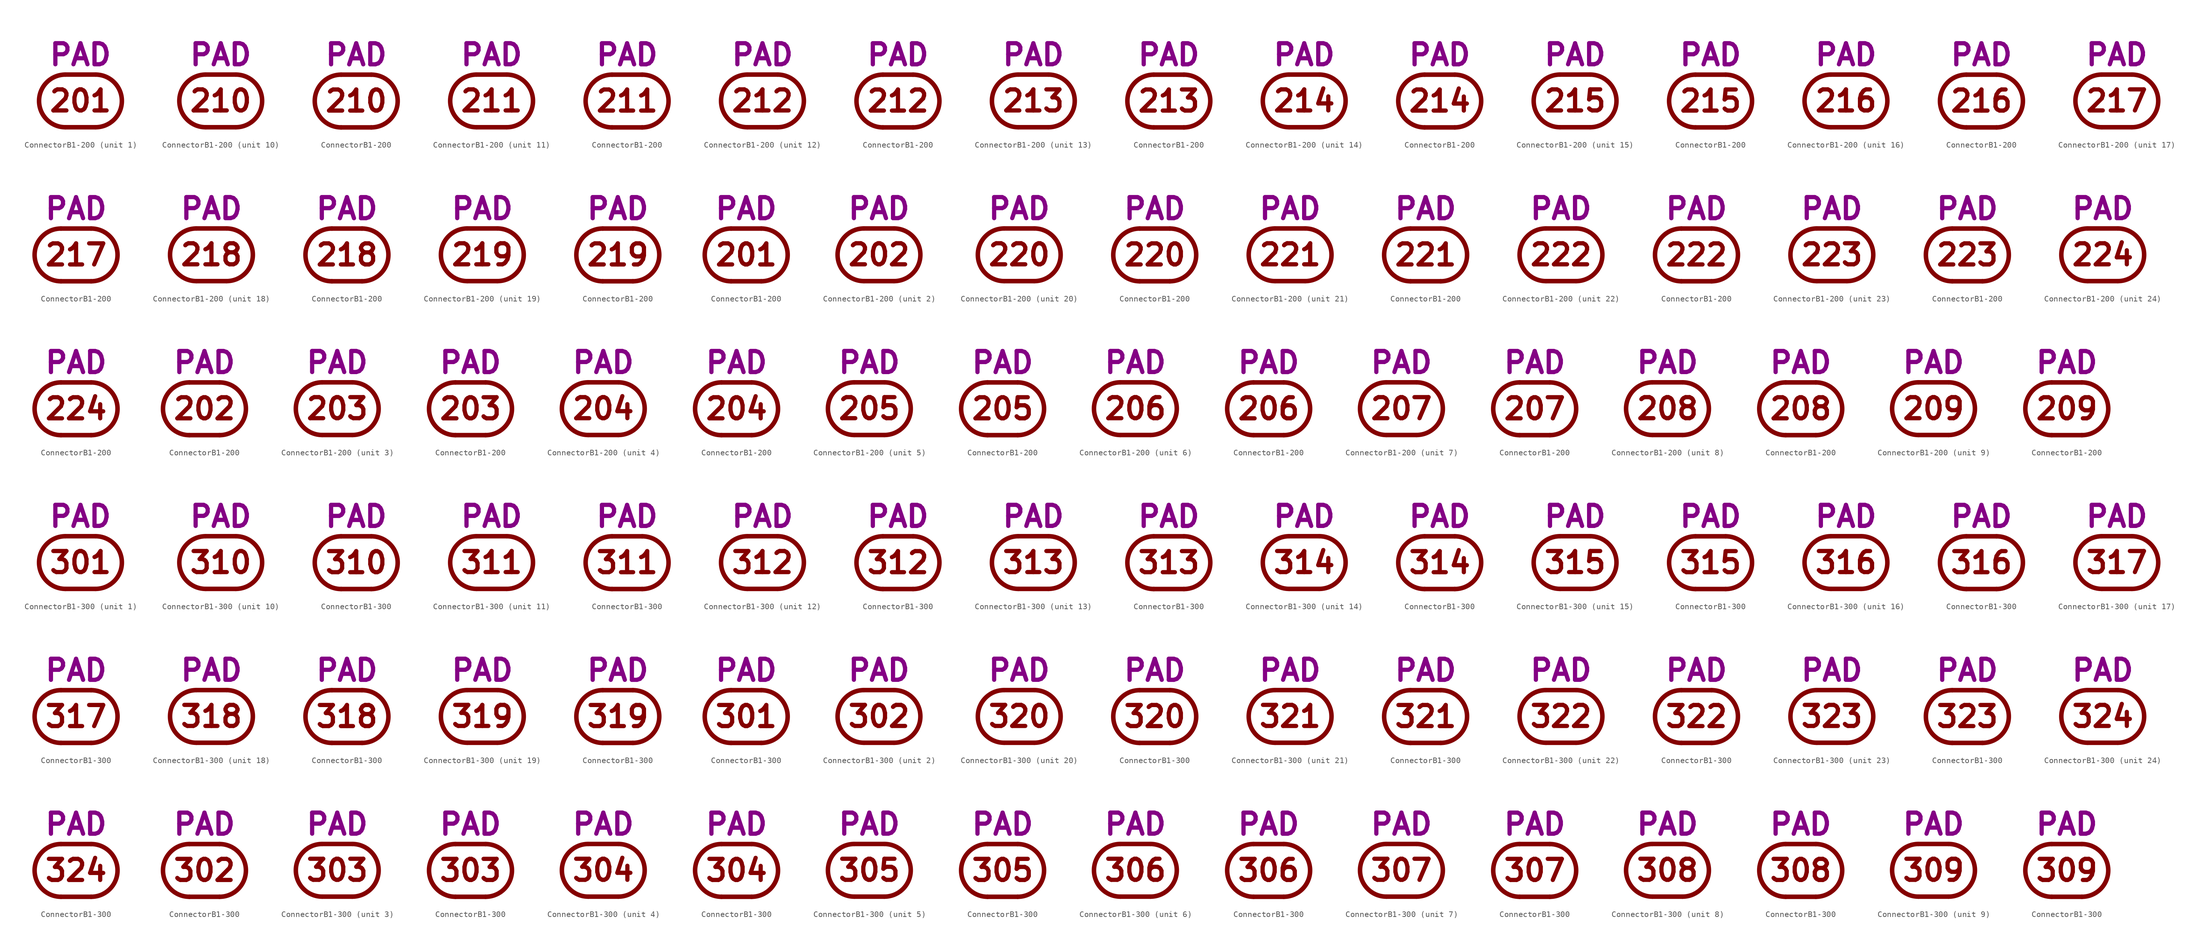
<source format=kicad_sym>
(kicad_symbol_lib
  (version 20211014)
  (generator kicad_symbol_editor)
  (symbol "ConnectorB1-200"
    (pin_numbers hide)
    (pin_names
      (offset 0) hide)
    (property "Reference" "J"
      (at 0 8.255 0)
      (effects (font (size 3.556 3.556)) hide))
    (property "Caption" "PAD"
      (at 0 5.715 0)
      (effects (font (size 3.556 3.556) bold) (justify bottom)))
    (property "ki_locked" ""
      (at 0 0 0)
      (effects (font (size 1.27 1.27))))
    (symbol "ConnectorB1-200_0_0"
      (arc (start -2.54 4.445) (mid -6.985 0) (end -2.54 -4.445) (stroke (width 0.762) (type default) (color 0 0 0 0)) (fill (type none)))
      (polyline (pts (xy -2.54 -4.445) (xy 2.54 -4.445)) (stroke (width 0.762) (type default) (color 0 0 0 0)) (fill (type none)))
      (polyline (pts (xy -2.54 4.445) (xy 2.54 4.445)) (stroke (width 0.762) (type default) (color 0 0 0 0)) (fill (type none)))
      (arc (start 2.54 -4.445) (mid 6.985 0) (end 2.54 4.445) (stroke (width 0.762) (type default) (color 0 0 0 0)) (fill (type none))))
    (symbol "ConnectorB1-200_1_0"
      (text "201" (at 0 0 0) (effects (font (size 3.556 3.556) bold))))
    (symbol "ConnectorB1-200_1_1"
      (pin passive line (at 6.985 0 180) (length 0) (name "201" (effects (font (size 3.556 3.556)))) (number "201" (effects (font (size 3.556 3.556))))))
    (symbol "ConnectorB1-200_1_2"
      (pin passive line (at 0 4.445 270) (length 0) (name "201" (effects (font (size 3.556 3.556)))) (number "201" (effects (font (size 3.556 3.556))))))
    (symbol "ConnectorB1-200_2_0"
      (text "202" (at 0 0 0) (effects (font (size 3.556 3.556) bold))))
    (symbol "ConnectorB1-200_2_1"
      (pin passive line (at 6.985 0 180) (length 0) (name "202" (effects (font (size 3.556 3.556)))) (number "202" (effects (font (size 3.556 3.556))))))
    (symbol "ConnectorB1-200_2_2"
      (pin passive line (at 0 4.445 270) (length 0) (name "202" (effects (font (size 3.556 3.556)))) (number "202" (effects (font (size 3.556 3.556))))))
    (symbol "ConnectorB1-200_3_0"
      (text "203" (at 0 0 0) (effects (font (size 3.556 3.556) bold))))
    (symbol "ConnectorB1-200_3_1"
      (pin passive line (at 6.985 0 180) (length 0) (name "203" (effects (font (size 3.556 3.556)))) (number "203" (effects (font (size 3.556 3.556))))))
    (symbol "ConnectorB1-200_3_2"
      (pin passive line (at 0 4.445 270) (length 0) (name "203" (effects (font (size 3.556 3.556)))) (number "203" (effects (font (size 3.556 3.556))))))
    (symbol "ConnectorB1-200_4_0"
      (text "204" (at 0 0 0) (effects (font (size 3.556 3.556) bold))))
    (symbol "ConnectorB1-200_4_1"
      (pin passive line (at 6.985 0 180) (length 0) (name "204" (effects (font (size 3.556 3.556)))) (number "204" (effects (font (size 3.556 3.556))))))
    (symbol "ConnectorB1-200_4_2"
      (pin passive line (at 0 4.445 270) (length 0) (name "204" (effects (font (size 3.556 3.556)))) (number "204" (effects (font (size 3.556 3.556))))))
    (symbol "ConnectorB1-200_5_0"
      (text "205" (at 0 0 0) (effects (font (size 3.556 3.556) bold))))
    (symbol "ConnectorB1-200_5_1"
      (pin passive line (at 6.985 0 180) (length 0) (name "205" (effects (font (size 3.556 3.556)))) (number "205" (effects (font (size 3.556 3.556))))))
    (symbol "ConnectorB1-200_5_2"
      (pin passive line (at 0 4.445 270) (length 0) (name "205" (effects (font (size 3.556 3.556)))) (number "205" (effects (font (size 3.556 3.556))))))
    (symbol "ConnectorB1-200_6_0"
      (text "206" (at 0 0 0) (effects (font (size 3.556 3.556) bold))))
    (symbol "ConnectorB1-200_6_1"
      (pin passive line (at 6.985 0 180) (length 0) (name "206" (effects (font (size 3.556 3.556)))) (number "206" (effects (font (size 3.556 3.556))))))
    (symbol "ConnectorB1-200_6_2"
      (pin passive line (at 0 4.445 270) (length 0) (name "206" (effects (font (size 3.556 3.556)))) (number "206" (effects (font (size 3.556 3.556))))))
    (symbol "ConnectorB1-200_7_0"
      (text "207" (at 0 0 0) (effects (font (size 3.556 3.556) bold))))
    (symbol "ConnectorB1-200_7_1"
      (pin passive line (at 6.985 0 180) (length 0) (name "207" (effects (font (size 3.556 3.556)))) (number "207" (effects (font (size 3.556 3.556))))))
    (symbol "ConnectorB1-200_7_2"
      (pin passive line (at 0 4.445 270) (length 0) (name "207" (effects (font (size 3.556 3.556)))) (number "207" (effects (font (size 3.556 3.556))))))
    (symbol "ConnectorB1-200_8_0"
      (text "208" (at 0 0 0) (effects (font (size 3.556 3.556) bold))))
    (symbol "ConnectorB1-200_8_1"
      (pin passive line (at 6.985 0 180) (length 0) (name "208" (effects (font (size 3.556 3.556)))) (number "208" (effects (font (size 3.556 3.556))))))
    (symbol "ConnectorB1-200_8_2"
      (pin passive line (at 0 4.445 270) (length 0) (name "208" (effects (font (size 3.556 3.556)))) (number "208" (effects (font (size 3.556 3.556))))))
    (symbol "ConnectorB1-200_9_0"
      (text "209" (at 0 0 0) (effects (font (size 3.556 3.556) bold))))
    (symbol "ConnectorB1-200_9_1"
      (pin passive line (at 6.985 0 180) (length 0) (name "209" (effects (font (size 3.556 3.556)))) (number "209" (effects (font (size 3.556 3.556))))))
    (symbol "ConnectorB1-200_9_2"
      (pin passive line (at 0 4.445 270) (length 0) (name "209" (effects (font (size 3.556 3.556)))) (number "209" (effects (font (size 3.556 3.556))))))
    (symbol "ConnectorB1-200_10_0"
      (text "210" (at 0 0 0) (effects (font (size 3.556 3.556) bold))))
    (symbol "ConnectorB1-200_10_1"
      (pin passive line (at 6.985 0 180) (length 0) (name "210" (effects (font (size 3.556 3.556)))) (number "210" (effects (font (size 3.556 3.556))))))
    (symbol "ConnectorB1-200_10_2"
      (pin passive line (at 0 4.445 270) (length 0) (name "210" (effects (font (size 3.556 3.556)))) (number "210" (effects (font (size 3.556 3.556))))))
    (symbol "ConnectorB1-200_11_0"
      (text "211" (at 0 0 0) (effects (font (size 3.556 3.556) bold))))
    (symbol "ConnectorB1-200_11_1"
      (pin passive line (at 6.985 0 180) (length 0) (name "211" (effects (font (size 3.556 3.556)))) (number "211" (effects (font (size 3.556 3.556))))))
    (symbol "ConnectorB1-200_11_2"
      (pin passive line (at 0 4.445 270) (length 0) (name "211" (effects (font (size 3.556 3.556)))) (number "211" (effects (font (size 3.556 3.556))))))
    (symbol "ConnectorB1-200_12_0"
      (text "212" (at 0 0 0) (effects (font (size 3.556 3.556) bold))))
    (symbol "ConnectorB1-200_12_1"
      (pin passive line (at 6.985 0 180) (length 0) (name "212" (effects (font (size 3.556 3.556)))) (number "212" (effects (font (size 3.556 3.556))))))
    (symbol "ConnectorB1-200_12_2"
      (pin passive line (at 0 4.445 270) (length 0) (name "212" (effects (font (size 3.556 3.556)))) (number "212" (effects (font (size 3.556 3.556))))))
    (symbol "ConnectorB1-200_13_0"
      (text "213" (at 0 0 0) (effects (font (size 3.556 3.556) bold))))
    (symbol "ConnectorB1-200_13_1"
      (pin passive line (at 6.985 0 180) (length 0) (name "213" (effects (font (size 3.556 3.556)))) (number "213" (effects (font (size 3.556 3.556))))))
    (symbol "ConnectorB1-200_13_2"
      (pin passive line (at 0 4.445 270) (length 0) (name "213" (effects (font (size 3.556 3.556)))) (number "213" (effects (font (size 3.556 3.556))))))
    (symbol "ConnectorB1-200_14_0"
      (text "214" (at 0 0 0) (effects (font (size 3.556 3.556) bold))))
    (symbol "ConnectorB1-200_14_1"
      (pin passive line (at 6.985 0 180) (length 0) (name "214" (effects (font (size 3.556 3.556)))) (number "214" (effects (font (size 3.556 3.556))))))
    (symbol "ConnectorB1-200_14_2"
      (pin passive line (at 0 4.445 270) (length 0) (name "214" (effects (font (size 3.556 3.556)))) (number "214" (effects (font (size 3.556 3.556))))))
    (symbol "ConnectorB1-200_15_0"
      (text "215" (at 0 0 0) (effects (font (size 3.556 3.556) bold))))
    (symbol "ConnectorB1-200_15_1"
      (pin passive line (at 6.985 0 180) (length 0) (name "215" (effects (font (size 3.556 3.556)))) (number "215" (effects (font (size 3.556 3.556))))))
    (symbol "ConnectorB1-200_15_2"
      (pin passive line (at 0 4.445 270) (length 0) (name "215" (effects (font (size 3.556 3.556)))) (number "215" (effects (font (size 3.556 3.556))))))
    (symbol "ConnectorB1-200_16_0"
      (text "216" (at 0 0 0) (effects (font (size 3.556 3.556) bold))))
    (symbol "ConnectorB1-200_16_1"
      (pin passive line (at 6.985 0 180) (length 0) (name "216" (effects (font (size 3.556 3.556)))) (number "216" (effects (font (size 3.556 3.556))))))
    (symbol "ConnectorB1-200_16_2"
      (pin passive line (at 0 4.445 270) (length 0) (name "216" (effects (font (size 3.556 3.556)))) (number "216" (effects (font (size 3.556 3.556))))))
    (symbol "ConnectorB1-200_17_0"
      (text "217" (at 0 0 0) (effects (font (size 3.556 3.556) bold))))
    (symbol "ConnectorB1-200_17_1"
      (pin passive line (at 6.985 0 180) (length 0) (name "217" (effects (font (size 3.556 3.556)))) (number "217" (effects (font (size 3.556 3.556))))))
    (symbol "ConnectorB1-200_17_2"
      (pin passive line (at 0 4.445 270) (length 0) (name "217" (effects (font (size 3.556 3.556)))) (number "217" (effects (font (size 3.556 3.556))))))
    (symbol "ConnectorB1-200_18_0"
      (text "218" (at 0 0 0) (effects (font (size 3.556 3.556) bold))))
    (symbol "ConnectorB1-200_18_1"
      (pin passive line (at 6.985 0 180) (length 0) (name "218" (effects (font (size 3.556 3.556)))) (number "218" (effects (font (size 3.556 3.556))))))
    (symbol "ConnectorB1-200_18_2"
      (pin passive line (at 0 4.445 270) (length 0) (name "218" (effects (font (size 3.556 3.556)))) (number "218" (effects (font (size 3.556 3.556))))))
    (symbol "ConnectorB1-200_19_0"
      (text "219" (at 0 0 0) (effects (font (size 3.556 3.556) bold))))
    (symbol "ConnectorB1-200_19_1"
      (pin passive line (at 6.985 0 180) (length 0) (name "219" (effects (font (size 3.556 3.556)))) (number "219" (effects (font (size 3.556 3.556))))))
    (symbol "ConnectorB1-200_19_2"
      (pin passive line (at 0 4.445 270) (length 0) (name "219" (effects (font (size 3.556 3.556)))) (number "219" (effects (font (size 3.556 3.556))))))
    (symbol "ConnectorB1-200_20_0"
      (text "220" (at 0 0 0) (effects (font (size 3.556 3.556) bold))))
    (symbol "ConnectorB1-200_20_1"
      (pin passive line (at 6.985 0 180) (length 0) (name "220" (effects (font (size 3.556 3.556)))) (number "220" (effects (font (size 3.556 3.556))))))
    (symbol "ConnectorB1-200_20_2"
      (pin passive line (at 0 4.445 270) (length 0) (name "220" (effects (font (size 3.556 3.556)))) (number "220" (effects (font (size 3.556 3.556))))))
    (symbol "ConnectorB1-200_21_0"
      (text "221" (at 0 0 0) (effects (font (size 3.556 3.556) bold))))
    (symbol "ConnectorB1-200_21_1"
      (pin passive line (at 6.985 0 180) (length 0) (name "221" (effects (font (size 3.556 3.556)))) (number "221" (effects (font (size 3.556 3.556))))))
    (symbol "ConnectorB1-200_21_2"
      (pin passive line (at 0 4.445 270) (length 0) (name "221" (effects (font (size 3.556 3.556)))) (number "221" (effects (font (size 3.556 3.556))))))
    (symbol "ConnectorB1-200_22_0"
      (text "222" (at 0 0 0) (effects (font (size 3.556 3.556) bold))))
    (symbol "ConnectorB1-200_22_1"
      (pin passive line (at 6.985 0 180) (length 0) (name "222" (effects (font (size 3.556 3.556)))) (number "222" (effects (font (size 3.556 3.556))))))
    (symbol "ConnectorB1-200_22_2"
      (pin passive line (at 0 4.445 270) (length 0) (name "222" (effects (font (size 3.556 3.556)))) (number "222" (effects (font (size 3.556 3.556))))))
    (symbol "ConnectorB1-200_23_0"
      (text "223" (at 0 0 0) (effects (font (size 3.556 3.556) bold))))
    (symbol "ConnectorB1-200_23_1"
      (pin passive line (at 6.985 0 180) (length 0) (name "223" (effects (font (size 3.556 3.556)))) (number "223" (effects (font (size 3.556 3.556))))))
    (symbol "ConnectorB1-200_23_2"
      (pin passive line (at 0 4.445 270) (length 0) (name "223" (effects (font (size 3.556 3.556)))) (number "223" (effects (font (size 3.556 3.556))))))
    (symbol "ConnectorB1-200_24_0"
      (text "224" (at 0 0 0) (effects (font (size 3.556 3.556) bold))))
    (symbol "ConnectorB1-200_24_1"
      (pin passive line (at 6.985 0 180) (length 0) (name "224" (effects (font (size 3.556 3.556)))) (number "224" (effects (font (size 3.556 3.556))))))
    (symbol "ConnectorB1-200_24_2"
      (pin passive line (at 0 4.445 270) (length 0) (name "224" (effects (font (size 3.556 3.556)))) (number "224" (effects (font (size 3.556 3.556)))))))
  (symbol "ConnectorB1-300"
    (pin_numbers hide)
    (pin_names
      (offset 0) hide)
    (property "Reference" "J"
      (at 0 8.255 0)
      (effects (font (size 3.556 3.556)) hide))
    (property "Caption" "PAD"
      (at 0 5.715 0)
      (effects (font (size 3.556 3.556) bold) (justify bottom)))
    (property "ki_locked" ""
      (at 0 0 0)
      (effects (font (size 1.27 1.27))))
    (symbol "ConnectorB1-300_0_0"
      (arc (start -2.54 4.445) (mid -6.985 0) (end -2.54 -4.445) (stroke (width 0.762) (type default) (color 0 0 0 0)) (fill (type none)))
      (polyline (pts (xy -2.54 -4.445) (xy 2.54 -4.445)) (stroke (width 0.762) (type default) (color 0 0 0 0)) (fill (type none)))
      (polyline (pts (xy -2.54 4.445) (xy 2.54 4.445)) (stroke (width 0.762) (type default) (color 0 0 0 0)) (fill (type none)))
      (arc (start 2.54 -4.445) (mid 6.985 0) (end 2.54 4.445) (stroke (width 0.762) (type default) (color 0 0 0 0)) (fill (type none))))
    (symbol "ConnectorB1-300_1_0"
      (text "301" (at 0 0 0) (effects (font (size 3.556 3.556) bold))))
    (symbol "ConnectorB1-300_1_1"
      (pin passive line (at 6.985 0 180) (length 0) (name "301" (effects (font (size 3.556 3.556)))) (number "301" (effects (font (size 3.556 3.556))))))
    (symbol "ConnectorB1-300_1_2"
      (pin passive line (at 0 4.445 270) (length 0) (name "301" (effects (font (size 3.556 3.556)))) (number "301" (effects (font (size 3.556 3.556))))))
    (symbol "ConnectorB1-300_2_0"
      (text "302" (at 0 0 0) (effects (font (size 3.556 3.556) bold))))
    (symbol "ConnectorB1-300_2_1"
      (pin passive line (at 6.985 0 180) (length 0) (name "302" (effects (font (size 3.556 3.556)))) (number "302" (effects (font (size 3.556 3.556))))))
    (symbol "ConnectorB1-300_2_2"
      (pin passive line (at 0 4.445 270) (length 0) (name "302" (effects (font (size 3.556 3.556)))) (number "302" (effects (font (size 3.556 3.556))))))
    (symbol "ConnectorB1-300_3_0"
      (text "303" (at 0 0 0) (effects (font (size 3.556 3.556) bold))))
    (symbol "ConnectorB1-300_3_1"
      (pin passive line (at 6.985 0 180) (length 0) (name "303" (effects (font (size 3.556 3.556)))) (number "303" (effects (font (size 3.556 3.556))))))
    (symbol "ConnectorB1-300_3_2"
      (pin passive line (at 0 4.445 270) (length 0) (name "303" (effects (font (size 3.556 3.556)))) (number "303" (effects (font (size 3.556 3.556))))))
    (symbol "ConnectorB1-300_4_0"
      (text "304" (at 0 0 0) (effects (font (size 3.556 3.556) bold))))
    (symbol "ConnectorB1-300_4_1"
      (pin passive line (at 6.985 0 180) (length 0) (name "304" (effects (font (size 3.556 3.556)))) (number "304" (effects (font (size 3.556 3.556))))))
    (symbol "ConnectorB1-300_4_2"
      (pin passive line (at 0 4.445 270) (length 0) (name "304" (effects (font (size 3.556 3.556)))) (number "304" (effects (font (size 3.556 3.556))))))
    (symbol "ConnectorB1-300_5_0"
      (text "305" (at 0 0 0) (effects (font (size 3.556 3.556) bold))))
    (symbol "ConnectorB1-300_5_1"
      (pin passive line (at 6.985 0 180) (length 0) (name "305" (effects (font (size 3.556 3.556)))) (number "305" (effects (font (size 3.556 3.556))))))
    (symbol "ConnectorB1-300_5_2"
      (pin passive line (at 0 4.445 270) (length 0) (name "305" (effects (font (size 3.556 3.556)))) (number "305" (effects (font (size 3.556 3.556))))))
    (symbol "ConnectorB1-300_6_0"
      (text "306" (at 0 0 0) (effects (font (size 3.556 3.556) bold))))
    (symbol "ConnectorB1-300_6_1"
      (pin passive line (at 6.985 0 180) (length 0) (name "306" (effects (font (size 3.556 3.556)))) (number "306" (effects (font (size 3.556 3.556))))))
    (symbol "ConnectorB1-300_6_2"
      (pin passive line (at 0 4.445 270) (length 0) (name "306" (effects (font (size 3.556 3.556)))) (number "306" (effects (font (size 3.556 3.556))))))
    (symbol "ConnectorB1-300_7_0"
      (text "307" (at 0 0 0) (effects (font (size 3.556 3.556) bold))))
    (symbol "ConnectorB1-300_7_1"
      (pin passive line (at 6.985 0 180) (length 0) (name "307" (effects (font (size 3.556 3.556)))) (number "307" (effects (font (size 3.556 3.556))))))
    (symbol "ConnectorB1-300_7_2"
      (pin passive line (at 0 4.445 270) (length 0) (name "307" (effects (font (size 3.556 3.556)))) (number "307" (effects (font (size 3.556 3.556))))))
    (symbol "ConnectorB1-300_8_0"
      (text "308" (at 0 0 0) (effects (font (size 3.556 3.556) bold))))
    (symbol "ConnectorB1-300_8_1"
      (pin passive line (at 6.985 0 180) (length 0) (name "308" (effects (font (size 3.556 3.556)))) (number "308" (effects (font (size 3.556 3.556))))))
    (symbol "ConnectorB1-300_8_2"
      (pin passive line (at 0 4.445 270) (length 0) (name "308" (effects (font (size 3.556 3.556)))) (number "308" (effects (font (size 3.556 3.556))))))
    (symbol "ConnectorB1-300_9_0"
      (text "309" (at 0 0 0) (effects (font (size 3.556 3.556) bold))))
    (symbol "ConnectorB1-300_9_1"
      (pin passive line (at 6.985 0 180) (length 0) (name "309" (effects (font (size 3.556 3.556)))) (number "309" (effects (font (size 3.556 3.556))))))
    (symbol "ConnectorB1-300_9_2"
      (pin passive line (at 0 4.445 270) (length 0) (name "309" (effects (font (size 3.556 3.556)))) (number "309" (effects (font (size 3.556 3.556))))))
    (symbol "ConnectorB1-300_10_0"
      (text "310" (at 0 0 0) (effects (font (size 3.556 3.556) bold))))
    (symbol "ConnectorB1-300_10_1"
      (pin passive line (at 6.985 0 180) (length 0) (name "310" (effects (font (size 3.556 3.556)))) (number "310" (effects (font (size 3.556 3.556))))))
    (symbol "ConnectorB1-300_10_2"
      (pin passive line (at 0 4.445 270) (length 0) (name "310" (effects (font (size 3.556 3.556)))) (number "310" (effects (font (size 3.556 3.556))))))
    (symbol "ConnectorB1-300_11_0"
      (text "311" (at 0 0 0) (effects (font (size 3.556 3.556) bold))))
    (symbol "ConnectorB1-300_11_1"
      (pin passive line (at 6.985 0 180) (length 0) (name "311" (effects (font (size 3.556 3.556)))) (number "311" (effects (font (size 3.556 3.556))))))
    (symbol "ConnectorB1-300_11_2"
      (pin passive line (at 0 4.445 270) (length 0) (name "311" (effects (font (size 3.556 3.556)))) (number "311" (effects (font (size 3.556 3.556))))))
    (symbol "ConnectorB1-300_12_0"
      (text "312" (at 0 0 0) (effects (font (size 3.556 3.556) bold))))
    (symbol "ConnectorB1-300_12_1"
      (pin passive line (at 6.985 0 180) (length 0) (name "312" (effects (font (size 3.556 3.556)))) (number "312" (effects (font (size 3.556 3.556))))))
    (symbol "ConnectorB1-300_12_2"
      (pin passive line (at 0 4.445 270) (length 0) (name "312" (effects (font (size 3.556 3.556)))) (number "312" (effects (font (size 3.556 3.556))))))
    (symbol "ConnectorB1-300_13_0"
      (text "313" (at 0 0 0) (effects (font (size 3.556 3.556) bold))))
    (symbol "ConnectorB1-300_13_1"
      (pin passive line (at 6.985 0 180) (length 0) (name "313" (effects (font (size 3.556 3.556)))) (number "313" (effects (font (size 3.556 3.556))))))
    (symbol "ConnectorB1-300_13_2"
      (pin passive line (at 0 4.445 270) (length 0) (name "313" (effects (font (size 3.556 3.556)))) (number "313" (effects (font (size 3.556 3.556))))))
    (symbol "ConnectorB1-300_14_0"
      (text "314" (at 0 0 0) (effects (font (size 3.556 3.556) bold))))
    (symbol "ConnectorB1-300_14_1"
      (pin passive line (at 6.985 0 180) (length 0) (name "314" (effects (font (size 3.556 3.556)))) (number "314" (effects (font (size 3.556 3.556))))))
    (symbol "ConnectorB1-300_14_2"
      (pin passive line (at 0 4.445 270) (length 0) (name "314" (effects (font (size 3.556 3.556)))) (number "314" (effects (font (size 3.556 3.556))))))
    (symbol "ConnectorB1-300_15_0"
      (text "315" (at 0 0 0) (effects (font (size 3.556 3.556) bold))))
    (symbol "ConnectorB1-300_15_1"
      (pin passive line (at 6.985 0 180) (length 0) (name "315" (effects (font (size 3.556 3.556)))) (number "315" (effects (font (size 3.556 3.556))))))
    (symbol "ConnectorB1-300_15_2"
      (pin passive line (at 0 4.445 270) (length 0) (name "315" (effects (font (size 3.556 3.556)))) (number "315" (effects (font (size 3.556 3.556))))))
    (symbol "ConnectorB1-300_16_0"
      (text "316" (at 0 0 0) (effects (font (size 3.556 3.556) bold))))
    (symbol "ConnectorB1-300_16_1"
      (pin passive line (at 6.985 0 180) (length 0) (name "316" (effects (font (size 3.556 3.556)))) (number "316" (effects (font (size 3.556 3.556))))))
    (symbol "ConnectorB1-300_16_2"
      (pin passive line (at 0 4.445 270) (length 0) (name "316" (effects (font (size 3.556 3.556)))) (number "316" (effects (font (size 3.556 3.556))))))
    (symbol "ConnectorB1-300_17_0"
      (text "317" (at 0 0 0) (effects (font (size 3.556 3.556) bold))))
    (symbol "ConnectorB1-300_17_1"
      (pin passive line (at 6.985 0 180) (length 0) (name "317" (effects (font (size 3.556 3.556)))) (number "317" (effects (font (size 3.556 3.556))))))
    (symbol "ConnectorB1-300_17_2"
      (pin passive line (at 0 4.445 270) (length 0) (name "317" (effects (font (size 3.556 3.556)))) (number "317" (effects (font (size 3.556 3.556))))))
    (symbol "ConnectorB1-300_18_0"
      (text "318" (at 0 0 0) (effects (font (size 3.556 3.556) bold))))
    (symbol "ConnectorB1-300_18_1"
      (pin passive line (at 6.985 0 180) (length 0) (name "318" (effects (font (size 3.556 3.556)))) (number "318" (effects (font (size 3.556 3.556))))))
    (symbol "ConnectorB1-300_18_2"
      (pin passive line (at 0 4.445 270) (length 0) (name "318" (effects (font (size 3.556 3.556)))) (number "318" (effects (font (size 3.556 3.556))))))
    (symbol "ConnectorB1-300_19_0"
      (text "319" (at 0 0 0) (effects (font (size 3.556 3.556) bold))))
    (symbol "ConnectorB1-300_19_1"
      (pin passive line (at 6.985 0 180) (length 0) (name "319" (effects (font (size 3.556 3.556)))) (number "319" (effects (font (size 3.556 3.556))))))
    (symbol "ConnectorB1-300_19_2"
      (pin passive line (at 0 4.445 270) (length 0) (name "319" (effects (font (size 3.556 3.556)))) (number "319" (effects (font (size 3.556 3.556))))))
    (symbol "ConnectorB1-300_20_0"
      (text "320" (at 0 0 0) (effects (font (size 3.556 3.556) bold))))
    (symbol "ConnectorB1-300_20_1"
      (pin passive line (at 6.985 0 180) (length 0) (name "320" (effects (font (size 3.556 3.556)))) (number "320" (effects (font (size 3.556 3.556))))))
    (symbol "ConnectorB1-300_20_2"
      (pin passive line (at 0 4.445 270) (length 0) (name "320" (effects (font (size 3.556 3.556)))) (number "320" (effects (font (size 3.556 3.556))))))
    (symbol "ConnectorB1-300_21_0"
      (text "321" (at 0 0 0) (effects (font (size 3.556 3.556) bold))))
    (symbol "ConnectorB1-300_21_1"
      (pin passive line (at 6.985 0 180) (length 0) (name "321" (effects (font (size 3.556 3.556)))) (number "321" (effects (font (size 3.556 3.556))))))
    (symbol "ConnectorB1-300_21_2"
      (pin passive line (at 0 4.445 270) (length 0) (name "321" (effects (font (size 3.556 3.556)))) (number "321" (effects (font (size 3.556 3.556))))))
    (symbol "ConnectorB1-300_22_0"
      (text "322" (at 0 0 0) (effects (font (size 3.556 3.556) bold))))
    (symbol "ConnectorB1-300_22_1"
      (pin passive line (at 6.985 0 180) (length 0) (name "322" (effects (font (size 3.556 3.556)))) (number "322" (effects (font (size 3.556 3.556))))))
    (symbol "ConnectorB1-300_22_2"
      (pin passive line (at 0 4.445 270) (length 0) (name "322" (effects (font (size 3.556 3.556)))) (number "322" (effects (font (size 3.556 3.556))))))
    (symbol "ConnectorB1-300_23_0"
      (text "323" (at 0 0 0) (effects (font (size 3.556 3.556) bold))))
    (symbol "ConnectorB1-300_23_1"
      (pin passive line (at 6.985 0 180) (length 0) (name "323" (effects (font (size 3.556 3.556)))) (number "323" (effects (font (size 3.556 3.556))))))
    (symbol "ConnectorB1-300_23_2"
      (pin passive line (at 0 4.445 270) (length 0) (name "323" (effects (font (size 3.556 3.556)))) (number "323" (effects (font (size 3.556 3.556))))))
    (symbol "ConnectorB1-300_24_0"
      (text "324" (at 0 0 0) (effects (font (size 3.556 3.556) bold))))
    (symbol "ConnectorB1-300_24_1"
      (pin passive line (at 6.985 0 180) (length 0) (name "324" (effects (font (size 3.556 3.556)))) (number "324" (effects (font (size 3.556 3.556))))))
    (symbol "ConnectorB1-300_24_2"
      (pin passive line (at 0 4.445 270) (length 0) (name "324" (effects (font (size 3.556 3.556)))) (number "324" (effects (font (size 3.556 3.556))))))))
</source>
